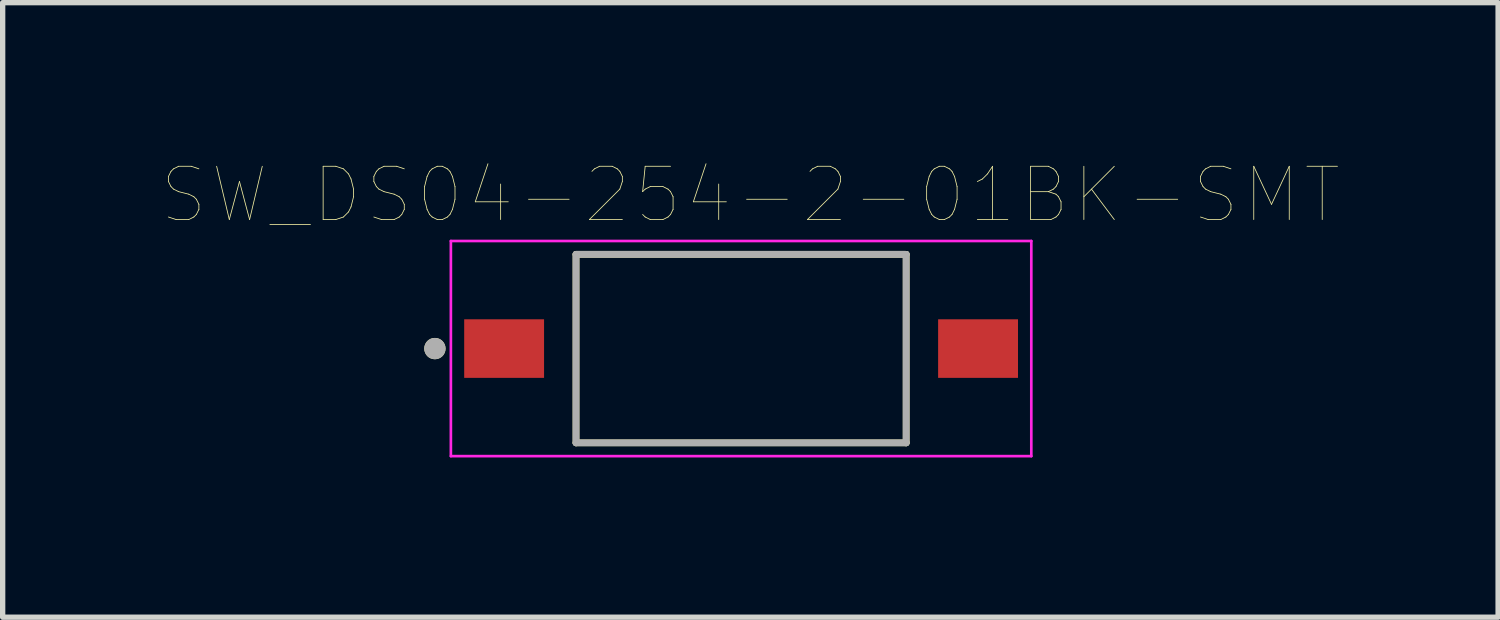
<source format=kicad_pcb>
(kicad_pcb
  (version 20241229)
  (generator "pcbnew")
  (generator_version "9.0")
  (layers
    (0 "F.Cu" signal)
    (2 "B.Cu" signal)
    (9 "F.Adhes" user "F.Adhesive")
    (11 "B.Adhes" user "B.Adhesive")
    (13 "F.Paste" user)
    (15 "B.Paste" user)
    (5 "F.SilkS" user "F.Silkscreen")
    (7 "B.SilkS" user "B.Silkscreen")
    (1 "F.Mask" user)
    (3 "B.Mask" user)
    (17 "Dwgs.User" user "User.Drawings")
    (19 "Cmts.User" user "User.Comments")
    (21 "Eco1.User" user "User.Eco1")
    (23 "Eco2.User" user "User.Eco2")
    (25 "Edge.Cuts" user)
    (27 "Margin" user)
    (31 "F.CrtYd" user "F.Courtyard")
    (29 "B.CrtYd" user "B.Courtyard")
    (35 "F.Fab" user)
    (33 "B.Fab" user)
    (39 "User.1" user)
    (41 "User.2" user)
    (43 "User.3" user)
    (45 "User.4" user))
  (footprint "SW_DS04-254-2-01BK-SMT"
    (layer "F.Cu")
    (at 10.867 3.496)
    (property "Reference" "SW_DS04-254-2-01BK-SMT" (at 0.175 -2.885 0) (layer "F.SilkS") (effects (font (size 1 1) (thickness 0.015))))
    (attr through_hole)
    (fp_line (start -3.1 -1.77) (end 3.1 -1.77) (stroke (width 0.127) (type solid)) (layer "F.SilkS"))
    (fp_line (start -3.1 1.77) (end -3.1 -1.77) (stroke (width 0.127) (type solid)) (layer "F.SilkS"))
    (fp_line (start 3.1 -1.77) (end 3.1 1.77) (stroke (width 0.127) (type solid)) (layer "F.SilkS"))
    (fp_line (start 3.1 1.77) (end -3.1 1.77) (stroke (width 0.127) (type solid)) (layer "F.SilkS"))
    (fp_circle (center -5.75 0) (end -5.65 0) (stroke (width 0.2) (type solid)) (fill no) (layer "F.SilkS"))
    (fp_line (start -5.45 -2.02) (end -5.45 2.02) (stroke (width 0.05) (type solid)) (layer "F.CrtYd"))
    (fp_line (start -5.45 2.02) (end 5.45 2.02) (stroke (width 0.05) (type solid)) (layer "F.CrtYd"))
    (fp_line (start 5.45 -2.02) (end -5.45 -2.02) (stroke (width 0.05) (type solid)) (layer "F.CrtYd"))
    (fp_line (start 5.45 2.02) (end 5.45 -2.02) (stroke (width 0.05) (type solid)) (layer "F.CrtYd"))
    (fp_line (start -3.1 -1.77) (end 3.1 -1.77) (stroke (width 0.127) (type solid)) (layer "F.Fab"))
    (fp_line (start -3.1 1.77) (end -3.1 -1.77) (stroke (width 0.127) (type solid)) (layer "F.Fab"))
    (fp_line (start 3.1 -1.77) (end 3.1 1.77) (stroke (width 0.127) (type solid)) (layer "F.Fab"))
    (fp_line (start 3.1 1.77) (end -3.1 1.77) (stroke (width 0.127) (type solid)) (layer "F.Fab"))
    (fp_circle (center -5.75 0) (end -5.65 0) (stroke (width 0.2) (type solid)) (fill no) (layer "F.Fab"))
    (pad "1A" smd rect (at -4.45 0) (size 1.5 1.1) (layers "F.Cu" "F.Mask" "F.Paste"))
    (pad "1B" smd rect (at 4.45 0) (size 1.5 1.1) (layers "F.Cu" "F.Mask" "F.Paste")))
  (gr_rect
    (start -3 -3)
    (end 25.083 8.541)
    (stroke (width 0.1) (type default))
    (fill no)
    (layer "Edge.Cuts")))
</source>
